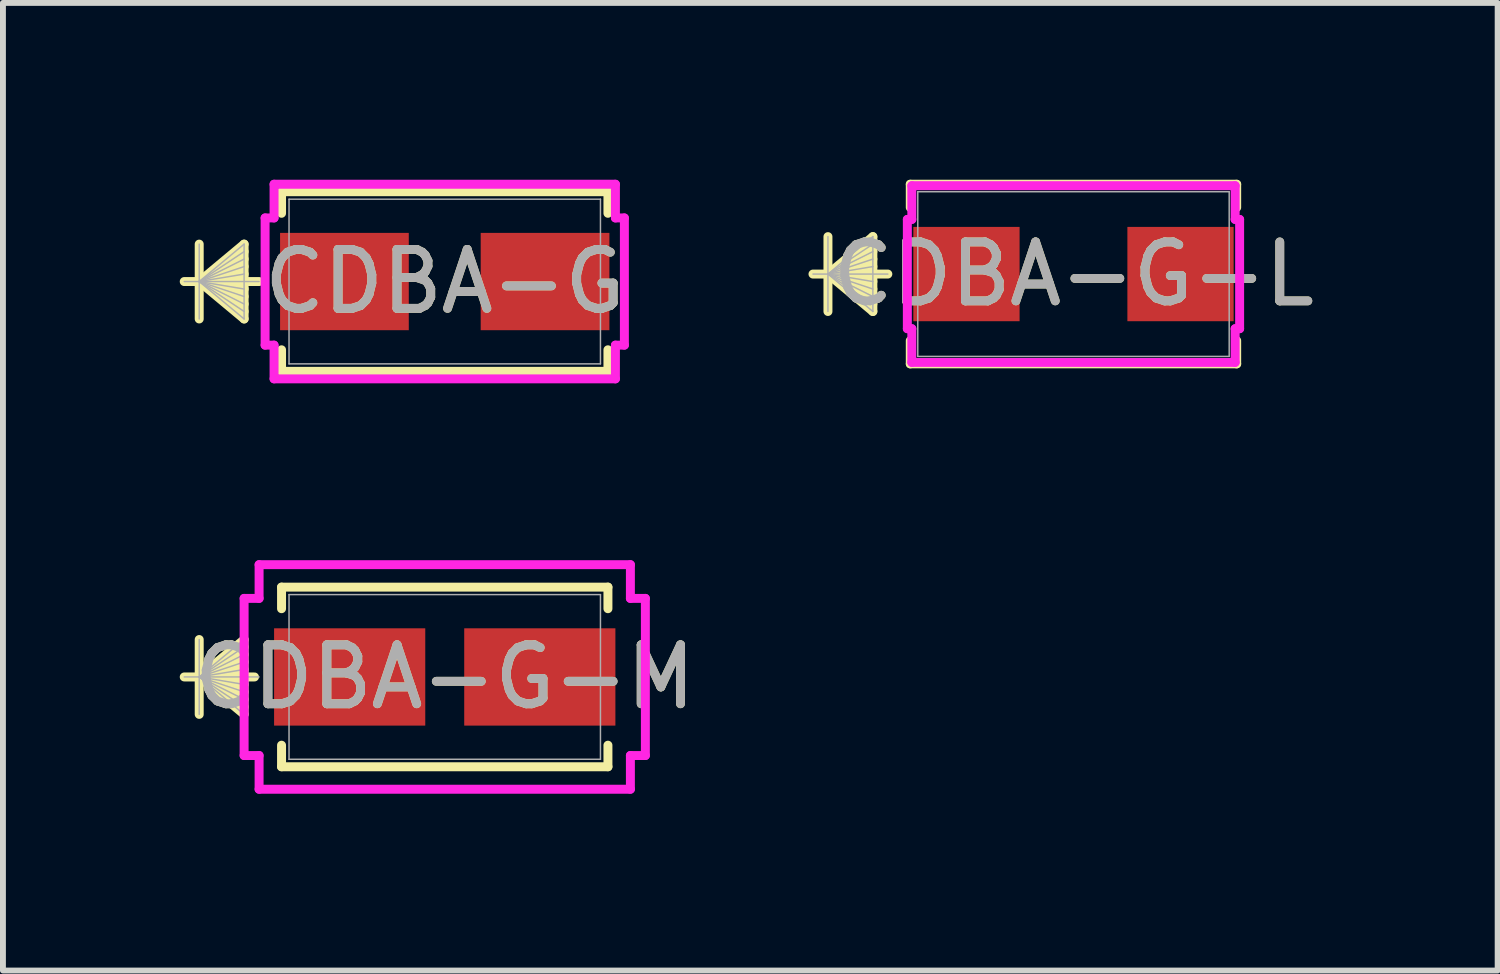
<source format=kicad_pcb>
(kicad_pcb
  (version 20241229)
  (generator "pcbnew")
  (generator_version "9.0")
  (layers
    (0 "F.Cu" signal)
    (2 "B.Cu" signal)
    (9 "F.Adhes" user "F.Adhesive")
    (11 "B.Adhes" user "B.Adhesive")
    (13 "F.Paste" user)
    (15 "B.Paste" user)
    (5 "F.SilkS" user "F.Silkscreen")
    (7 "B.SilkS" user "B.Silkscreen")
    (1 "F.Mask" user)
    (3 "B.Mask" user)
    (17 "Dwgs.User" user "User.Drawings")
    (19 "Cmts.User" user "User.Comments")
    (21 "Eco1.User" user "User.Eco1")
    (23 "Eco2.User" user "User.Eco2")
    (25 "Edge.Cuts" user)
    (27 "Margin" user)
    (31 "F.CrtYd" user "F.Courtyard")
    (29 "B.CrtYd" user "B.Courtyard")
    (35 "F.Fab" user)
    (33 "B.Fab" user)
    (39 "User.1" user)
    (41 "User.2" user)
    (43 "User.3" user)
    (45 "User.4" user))
  (footprint "CDBA-G"
    (layer "F.Cu")
    (at 4.496 1.727)
    (property "Reference" "CDBA-G" (at 0 0 0) (unlocked yes) (layer "F.SilkS") (effects (font (size 1 1) (thickness 0.15))))
    (attr smd)
    (fp_line (start -4.166 -0.635) (end -4.166 0.635) (stroke (width 0.152) (type solid)) (layer "F.SilkS"))
    (fp_line (start -4.166 0) (end -3.404 -0.635) (stroke (width 0.152) (type solid)) (layer "F.SilkS"))
    (fp_line (start -4.166 0) (end -3.404 -0.508) (stroke (width 0.152) (type solid)) (layer "F.SilkS"))
    (fp_line (start -4.166 0) (end -3.404 -0.381) (stroke (width 0.152) (type solid)) (layer "F.SilkS"))
    (fp_line (start -4.166 0) (end -3.404 -0.254) (stroke (width 0.152) (type solid)) (layer "F.SilkS"))
    (fp_line (start -4.166 0) (end -3.404 -0.127) (stroke (width 0.152) (type solid)) (layer "F.SilkS"))
    (fp_line (start -4.166 0) (end -3.404 0.127) (stroke (width 0.152) (type solid)) (layer "F.SilkS"))
    (fp_line (start -4.166 0) (end -3.404 0.254) (stroke (width 0.152) (type solid)) (layer "F.SilkS"))
    (fp_line (start -4.166 0) (end -3.404 0.381) (stroke (width 0.152) (type solid)) (layer "F.SilkS"))
    (fp_line (start -4.166 0) (end -3.404 0.508) (stroke (width 0.152) (type solid)) (layer "F.SilkS"))
    (fp_line (start -4.166 0) (end -3.404 0.635) (stroke (width 0.152) (type solid)) (layer "F.SilkS"))
    (fp_line (start -3.404 -0.635) (end -3.404 0.635) (stroke (width 0.152) (type solid)) (layer "F.SilkS"))
    (fp_line (start -3.15 0) (end -4.42 0) (stroke (width 0.152) (type solid)) (layer "F.SilkS"))
    (fp_line (start -2.769 -1.524) (end -2.769 -1.158) (stroke (width 0.152) (type solid)) (layer "F.SilkS"))
    (fp_line (start -2.769 1.158) (end -2.769 1.524) (stroke (width 0.152) (type solid)) (layer "F.SilkS"))
    (fp_line (start -2.769 1.524) (end 2.769 1.524) (stroke (width 0.152) (type solid)) (layer "F.SilkS"))
    (fp_line (start 2.769 -1.524) (end -2.769 -1.524) (stroke (width 0.152) (type solid)) (layer "F.SilkS"))
    (fp_line (start 2.769 -1.158) (end 2.769 -1.524) (stroke (width 0.152) (type solid)) (layer "F.SilkS"))
    (fp_line (start 2.769 1.524) (end 2.769 1.158) (stroke (width 0.152) (type solid)) (layer "F.SilkS"))
    (fp_line (start -3.048 -1.079) (end -2.896 -1.079) (stroke (width 0.152) (type solid)) (layer "F.CrtYd"))
    (fp_line (start -3.048 1.079) (end -3.048 -1.079) (stroke (width 0.152) (type solid)) (layer "F.CrtYd"))
    (fp_line (start -2.896 -1.651) (end 2.896 -1.651) (stroke (width 0.152) (type solid)) (layer "F.CrtYd"))
    (fp_line (start -2.896 -1.079) (end -2.896 -1.651) (stroke (width 0.152) (type solid)) (layer "F.CrtYd"))
    (fp_line (start -2.896 1.079) (end -3.048 1.079) (stroke (width 0.152) (type solid)) (layer "F.CrtYd"))
    (fp_line (start -2.896 1.651) (end -2.896 1.079) (stroke (width 0.152) (type solid)) (layer "F.CrtYd"))
    (fp_line (start 2.896 -1.651) (end 2.896 -1.079) (stroke (width 0.152) (type solid)) (layer "F.CrtYd"))
    (fp_line (start 2.896 -1.079) (end 3.048 -1.079) (stroke (width 0.152) (type solid)) (layer "F.CrtYd"))
    (fp_line (start 2.896 1.079) (end 2.896 1.651) (stroke (width 0.152) (type solid)) (layer "F.CrtYd"))
    (fp_line (start 2.896 1.651) (end -2.896 1.651) (stroke (width 0.152) (type solid)) (layer "F.CrtYd"))
    (fp_line (start 3.048 -1.079) (end 3.048 1.079) (stroke (width 0.152) (type solid)) (layer "F.CrtYd"))
    (fp_line (start 3.048 1.079) (end 2.896 1.079) (stroke (width 0.152) (type solid)) (layer "F.CrtYd"))
    (fp_line (start -4.166 -0.635) (end -4.166 0.635) (stroke (width 0.025) (type solid)) (layer "F.Fab"))
    (fp_line (start -4.166 0) (end -3.404 -0.635) (stroke (width 0.025) (type solid)) (layer "F.Fab"))
    (fp_line (start -4.166 0) (end -3.404 -0.508) (stroke (width 0.025) (type solid)) (layer "F.Fab"))
    (fp_line (start -4.166 0) (end -3.404 -0.381) (stroke (width 0.025) (type solid)) (layer "F.Fab"))
    (fp_line (start -4.166 0) (end -3.404 -0.254) (stroke (width 0.025) (type solid)) (layer "F.Fab"))
    (fp_line (start -4.166 0) (end -3.404 -0.127) (stroke (width 0.025) (type solid)) (layer "F.Fab"))
    (fp_line (start -4.166 0) (end -3.404 0.127) (stroke (width 0.025) (type solid)) (layer "F.Fab"))
    (fp_line (start -4.166 0) (end -3.404 0.254) (stroke (width 0.025) (type solid)) (layer "F.Fab"))
    (fp_line (start -4.166 0) (end -3.404 0.381) (stroke (width 0.025) (type solid)) (layer "F.Fab"))
    (fp_line (start -4.166 0) (end -3.404 0.508) (stroke (width 0.025) (type solid)) (layer "F.Fab"))
    (fp_line (start -4.166 0) (end -3.404 0.635) (stroke (width 0.025) (type solid)) (layer "F.Fab"))
    (fp_line (start -3.404 -0.635) (end -3.404 0.635) (stroke (width 0.025) (type solid)) (layer "F.Fab"))
    (fp_line (start -3.15 0) (end -4.42 0) (stroke (width 0.025) (type solid)) (layer "F.Fab"))
    (fp_line (start -2.642 -1.397) (end -2.642 1.397) (stroke (width 0.025) (type solid)) (layer "F.Fab"))
    (fp_line (start -2.642 1.397) (end 2.642 1.397) (stroke (width 0.025) (type solid)) (layer "F.Fab"))
    (fp_line (start 2.642 -1.397) (end -2.642 -1.397) (stroke (width 0.025) (type solid)) (layer "F.Fab"))
    (fp_line (start 2.642 1.397) (end 2.642 -1.397) (stroke (width 0.025) (type solid)) (layer "F.Fab"))
    (fp_text user "${REFERENCE}" (at 0 0 0) (unlocked yes) (layer "F.Fab") (effects (font (size 1 1) (thickness 0.15))))
    (pad "1" smd rect (at -1.702 0 90) (size 1.651 2.184) (layers "F.Cu" "F.Mask" "F.Paste"))
    (pad "2" smd rect (at 1.702 0 90) (size 1.651 2.184) (layers "F.Cu" "F.Mask" "F.Paste"))
    (zone (net_name "") (layer "F.Cu") (hatch full 0.508) (connect_pads) (min_thickness 0.254) (filled_areas_thickness no) (keepout (tracks not_allowed) (vias not_allowed) (pads allowed) (copperpour not_allowed) (footprints allowed)) (placement (enabled no)) (fill) (polygon (pts (xy 1.905 0.381) (xy 7.087 0.381) (xy 7.087 0.851) (xy 1.905 0.851))))
    (zone (net_name "") (layer "F.Cu") (hatch full 0.508) (connect_pads) (min_thickness 0.254) (filled_areas_thickness no) (keepout (tracks not_allowed) (vias not_allowed) (pads allowed) (copperpour not_allowed) (footprints allowed)) (placement (enabled no)) (fill) (polygon (pts (xy 1.905 2.603) (xy 7.087 2.603) (xy 7.087 3.073) (xy 1.905 3.073))))
    (zone (net_name "") (layer "F.Cu") (hatch full 0.508) (connect_pads) (min_thickness 0.254) (filled_areas_thickness no) (keepout (tracks not_allowed) (vias not_allowed) (pads allowed) (copperpour not_allowed) (footprints allowed)) (placement (enabled no)) (fill) (polygon (pts (xy 3.937 0.851) (xy 5.055 0.851) (xy 5.055 2.603) (xy 3.937 2.603)))))
  (footprint "CDBA-G-M"
    (layer "F.Cu")
    (at 4.496 8.436)
    (property "Reference" "CDBA-G-M" (at 0 0 0) (unlocked yes) (layer "F.SilkS") (effects (font (size 1 1) (thickness 0.15))))
    (attr smd)
    (fp_line (start -4.166 -0.635) (end -4.166 0.635) (stroke (width 0.152) (type solid)) (layer "F.SilkS"))
    (fp_line (start -4.166 0) (end -3.404 -0.635) (stroke (width 0.152) (type solid)) (layer "F.SilkS"))
    (fp_line (start -4.166 0) (end -3.404 -0.508) (stroke (width 0.152) (type solid)) (layer "F.SilkS"))
    (fp_line (start -4.166 0) (end -3.404 -0.381) (stroke (width 0.152) (type solid)) (layer "F.SilkS"))
    (fp_line (start -4.166 0) (end -3.404 -0.254) (stroke (width 0.152) (type solid)) (layer "F.SilkS"))
    (fp_line (start -4.166 0) (end -3.404 -0.127) (stroke (width 0.152) (type solid)) (layer "F.SilkS"))
    (fp_line (start -4.166 0) (end -3.404 0.127) (stroke (width 0.152) (type solid)) (layer "F.SilkS"))
    (fp_line (start -4.166 0) (end -3.404 0.254) (stroke (width 0.152) (type solid)) (layer "F.SilkS"))
    (fp_line (start -4.166 0) (end -3.404 0.381) (stroke (width 0.152) (type solid)) (layer "F.SilkS"))
    (fp_line (start -4.166 0) (end -3.404 0.508) (stroke (width 0.152) (type solid)) (layer "F.SilkS"))
    (fp_line (start -4.166 0) (end -3.404 0.635) (stroke (width 0.152) (type solid)) (layer "F.SilkS"))
    (fp_line (start -3.404 -0.635) (end -3.404 0.635) (stroke (width 0.152) (type solid)) (layer "F.SilkS"))
    (fp_line (start -3.228 0) (end -4.42 0) (stroke (width 0.152) (type solid)) (layer "F.SilkS"))
    (fp_line (start -2.769 -1.524) (end -2.769 -1.158) (stroke (width 0.152) (type solid)) (layer "F.SilkS"))
    (fp_line (start -2.769 1.158) (end -2.769 1.524) (stroke (width 0.152) (type solid)) (layer "F.SilkS"))
    (fp_line (start -2.769 1.524) (end 2.769 1.524) (stroke (width 0.152) (type solid)) (layer "F.SilkS"))
    (fp_line (start 2.769 -1.524) (end -2.769 -1.524) (stroke (width 0.152) (type solid)) (layer "F.SilkS"))
    (fp_line (start 2.769 -1.158) (end 2.769 -1.524) (stroke (width 0.152) (type solid)) (layer "F.SilkS"))
    (fp_line (start 2.769 1.524) (end 2.769 1.158) (stroke (width 0.152) (type solid)) (layer "F.SilkS"))
    (fp_line (start -3.404 -1.333) (end -3.15 -1.333) (stroke (width 0.152) (type solid)) (layer "F.CrtYd"))
    (fp_line (start -3.404 1.333) (end -3.404 -1.333) (stroke (width 0.152) (type solid)) (layer "F.CrtYd"))
    (fp_line (start -3.15 -1.905) (end 3.15 -1.905) (stroke (width 0.152) (type solid)) (layer "F.CrtYd"))
    (fp_line (start -3.15 -1.333) (end -3.15 -1.905) (stroke (width 0.152) (type solid)) (layer "F.CrtYd"))
    (fp_line (start -3.15 1.333) (end -3.404 1.333) (stroke (width 0.152) (type solid)) (layer "F.CrtYd"))
    (fp_line (start -3.15 1.905) (end -3.15 1.333) (stroke (width 0.152) (type solid)) (layer "F.CrtYd"))
    (fp_line (start 3.15 -1.905) (end 3.15 -1.333) (stroke (width 0.152) (type solid)) (layer "F.CrtYd"))
    (fp_line (start 3.15 -1.333) (end 3.404 -1.333) (stroke (width 0.152) (type solid)) (layer "F.CrtYd"))
    (fp_line (start 3.15 1.333) (end 3.15 1.905) (stroke (width 0.152) (type solid)) (layer "F.CrtYd"))
    (fp_line (start 3.15 1.905) (end -3.15 1.905) (stroke (width 0.152) (type solid)) (layer "F.CrtYd"))
    (fp_line (start 3.404 -1.333) (end 3.404 1.333) (stroke (width 0.152) (type solid)) (layer "F.CrtYd"))
    (fp_line (start 3.404 1.333) (end 3.15 1.333) (stroke (width 0.152) (type solid)) (layer "F.CrtYd"))
    (fp_line (start -4.166 -0.635) (end -4.166 0.635) (stroke (width 0.025) (type solid)) (layer "F.Fab"))
    (fp_line (start -4.166 0) (end -3.404 -0.635) (stroke (width 0.025) (type solid)) (layer "F.Fab"))
    (fp_line (start -4.166 0) (end -3.404 -0.508) (stroke (width 0.025) (type solid)) (layer "F.Fab"))
    (fp_line (start -4.166 0) (end -3.404 -0.381) (stroke (width 0.025) (type solid)) (layer "F.Fab"))
    (fp_line (start -4.166 0) (end -3.404 -0.254) (stroke (width 0.025) (type solid)) (layer "F.Fab"))
    (fp_line (start -4.166 0) (end -3.404 -0.127) (stroke (width 0.025) (type solid)) (layer "F.Fab"))
    (fp_line (start -4.166 0) (end -3.404 0.127) (stroke (width 0.025) (type solid)) (layer "F.Fab"))
    (fp_line (start -4.166 0) (end -3.404 0.254) (stroke (width 0.025) (type solid)) (layer "F.Fab"))
    (fp_line (start -4.166 0) (end -3.404 0.381) (stroke (width 0.025) (type solid)) (layer "F.Fab"))
    (fp_line (start -4.166 0) (end -3.404 0.508) (stroke (width 0.025) (type solid)) (layer "F.Fab"))
    (fp_line (start -4.166 0) (end -3.404 0.635) (stroke (width 0.025) (type solid)) (layer "F.Fab"))
    (fp_line (start -3.404 -0.635) (end -3.404 0.635) (stroke (width 0.025) (type solid)) (layer "F.Fab"))
    (fp_line (start -3.15 0) (end -4.42 0) (stroke (width 0.025) (type solid)) (layer "F.Fab"))
    (fp_line (start -2.642 -1.397) (end -2.642 1.397) (stroke (width 0.025) (type solid)) (layer "F.Fab"))
    (fp_line (start -2.642 1.397) (end 2.642 1.397) (stroke (width 0.025) (type solid)) (layer "F.Fab"))
    (fp_line (start 2.642 -1.397) (end -2.642 -1.397) (stroke (width 0.025) (type solid)) (layer "F.Fab"))
    (fp_line (start 2.642 1.397) (end 2.642 -1.397) (stroke (width 0.025) (type solid)) (layer "F.Fab"))
    (fp_text user "${REFERENCE}" (at 0 0 0) (unlocked yes) (layer "F.Fab") (effects (font (size 1 1) (thickness 0.15))))
    (pad "1" smd rect (at -1.613 0 90) (size 1.651 2.565) (layers "F.Cu" "F.Mask" "F.Paste"))
    (pad "2" smd rect (at 1.613 0 90) (size 1.651 2.565) (layers "F.Cu" "F.Mask" "F.Paste"))
    (zone (net_name "") (layer "F.Cu") (hatch full 0.508) (connect_pads) (min_thickness 0.254) (filled_areas_thickness no) (keepout (tracks not_allowed) (vias not_allowed) (pads allowed) (copperpour not_allowed) (footprints allowed)) (placement (enabled no)) (fill) (polygon (pts (xy 1.905 7.089) (xy 7.087 7.089) (xy 7.087 7.559) (xy 1.905 7.559))))
    (zone (net_name "") (layer "F.Cu") (hatch full 0.508) (connect_pads) (min_thickness 0.254) (filled_areas_thickness no) (keepout (tracks not_allowed) (vias not_allowed) (pads allowed) (copperpour not_allowed) (footprints allowed)) (placement (enabled no)) (fill) (polygon (pts (xy 1.905 9.312) (xy 7.087 9.312) (xy 7.087 9.782) (xy 1.905 9.782))))
    (zone (net_name "") (layer "F.Cu") (hatch full 0.508) (connect_pads) (min_thickness 0.254) (filled_areas_thickness no) (keepout (tracks not_allowed) (vias not_allowed) (pads allowed) (copperpour not_allowed) (footprints allowed)) (placement (enabled no)) (fill) (polygon (pts (xy 4.216 7.559) (xy 4.775 7.559) (xy 4.775 9.312) (xy 4.216 9.312)))))
  (footprint "CDBA-G-L"
    (layer "F.Cu")
    (at 15.164 1.6)
    (property "Reference" "CDBA-G-L" (at 0 0 0) (unlocked yes) (layer "F.SilkS") (effects (font (size 1 1) (thickness 0.15))))
    (attr smd)
    (fp_line (start -4.166 -0.635) (end -4.166 0.635) (stroke (width 0.152) (type solid)) (layer "F.SilkS"))
    (fp_line (start -4.166 0) (end -3.404 -0.635) (stroke (width 0.152) (type solid)) (layer "F.SilkS"))
    (fp_line (start -4.166 0) (end -3.404 -0.508) (stroke (width 0.152) (type solid)) (layer "F.SilkS"))
    (fp_line (start -4.166 0) (end -3.404 -0.381) (stroke (width 0.152) (type solid)) (layer "F.SilkS"))
    (fp_line (start -4.166 0) (end -3.404 -0.254) (stroke (width 0.152) (type solid)) (layer "F.SilkS"))
    (fp_line (start -4.166 0) (end -3.404 -0.127) (stroke (width 0.152) (type solid)) (layer "F.SilkS"))
    (fp_line (start -4.166 0) (end -3.404 0.127) (stroke (width 0.152) (type solid)) (layer "F.SilkS"))
    (fp_line (start -4.166 0) (end -3.404 0.254) (stroke (width 0.152) (type solid)) (layer "F.SilkS"))
    (fp_line (start -4.166 0) (end -3.404 0.381) (stroke (width 0.152) (type solid)) (layer "F.SilkS"))
    (fp_line (start -4.166 0) (end -3.404 0.508) (stroke (width 0.152) (type solid)) (layer "F.SilkS"))
    (fp_line (start -4.166 0) (end -3.404 0.635) (stroke (width 0.152) (type solid)) (layer "F.SilkS"))
    (fp_line (start -3.404 -0.635) (end -3.404 0.635) (stroke (width 0.152) (type solid)) (layer "F.SilkS"))
    (fp_line (start -3.15 0) (end -4.42 0) (stroke (width 0.152) (type solid)) (layer "F.SilkS"))
    (fp_line (start -2.769 -1.524) (end -2.769 -1.129) (stroke (width 0.152) (type solid)) (layer "F.SilkS"))
    (fp_line (start -2.769 1.129) (end -2.769 1.524) (stroke (width 0.152) (type solid)) (layer "F.SilkS"))
    (fp_line (start -2.769 1.524) (end 2.769 1.524) (stroke (width 0.152) (type solid)) (layer "F.SilkS"))
    (fp_line (start 2.769 -1.524) (end -2.769 -1.524) (stroke (width 0.152) (type solid)) (layer "F.SilkS"))
    (fp_line (start 2.769 -1.129) (end 2.769 -1.524) (stroke (width 0.152) (type solid)) (layer "F.SilkS"))
    (fp_line (start 2.769 1.524) (end 2.769 1.129) (stroke (width 0.152) (type solid)) (layer "F.SilkS"))
    (fp_line (start -2.819 -0.927) (end -2.743 -0.927) (stroke (width 0.152) (type solid)) (layer "F.CrtYd"))
    (fp_line (start -2.819 0.927) (end -2.819 -0.927) (stroke (width 0.152) (type solid)) (layer "F.CrtYd"))
    (fp_line (start -2.743 -1.499) (end 2.743 -1.499) (stroke (width 0.152) (type solid)) (layer "F.CrtYd"))
    (fp_line (start -2.743 -0.927) (end -2.743 -1.499) (stroke (width 0.152) (type solid)) (layer "F.CrtYd"))
    (fp_line (start -2.743 0.927) (end -2.819 0.927) (stroke (width 0.152) (type solid)) (layer "F.CrtYd"))
    (fp_line (start -2.743 1.499) (end -2.743 0.927) (stroke (width 0.152) (type solid)) (layer "F.CrtYd"))
    (fp_line (start 2.743 -1.499) (end 2.743 -0.927) (stroke (width 0.152) (type solid)) (layer "F.CrtYd"))
    (fp_line (start 2.743 -0.927) (end 2.819 -0.927) (stroke (width 0.152) (type solid)) (layer "F.CrtYd"))
    (fp_line (start 2.743 0.927) (end 2.743 1.499) (stroke (width 0.152) (type solid)) (layer "F.CrtYd"))
    (fp_line (start 2.743 1.499) (end -2.743 1.499) (stroke (width 0.152) (type solid)) (layer "F.CrtYd"))
    (fp_line (start 2.819 -0.927) (end 2.819 0.927) (stroke (width 0.152) (type solid)) (layer "F.CrtYd"))
    (fp_line (start 2.819 0.927) (end 2.743 0.927) (stroke (width 0.152) (type solid)) (layer "F.CrtYd"))
    (fp_line (start -4.166 -0.635) (end -4.166 0.635) (stroke (width 0.025) (type solid)) (layer "F.Fab"))
    (fp_line (start -4.166 0) (end -3.404 -0.635) (stroke (width 0.025) (type solid)) (layer "F.Fab"))
    (fp_line (start -4.166 0) (end -3.404 -0.508) (stroke (width 0.025) (type solid)) (layer "F.Fab"))
    (fp_line (start -4.166 0) (end -3.404 -0.381) (stroke (width 0.025) (type solid)) (layer "F.Fab"))
    (fp_line (start -4.166 0) (end -3.404 -0.254) (stroke (width 0.025) (type solid)) (layer "F.Fab"))
    (fp_line (start -4.166 0) (end -3.404 -0.127) (stroke (width 0.025) (type solid)) (layer "F.Fab"))
    (fp_line (start -4.166 0) (end -3.404 0.127) (stroke (width 0.025) (type solid)) (layer "F.Fab"))
    (fp_line (start -4.166 0) (end -3.404 0.254) (stroke (width 0.025) (type solid)) (layer "F.Fab"))
    (fp_line (start -4.166 0) (end -3.404 0.381) (stroke (width 0.025) (type solid)) (layer "F.Fab"))
    (fp_line (start -4.166 0) (end -3.404 0.508) (stroke (width 0.025) (type solid)) (layer "F.Fab"))
    (fp_line (start -4.166 0) (end -3.404 0.635) (stroke (width 0.025) (type solid)) (layer "F.Fab"))
    (fp_line (start -3.404 -0.635) (end -3.404 0.635) (stroke (width 0.025) (type solid)) (layer "F.Fab"))
    (fp_line (start -3.15 0) (end -4.42 0) (stroke (width 0.025) (type solid)) (layer "F.Fab"))
    (fp_line (start -2.642 -1.397) (end -2.642 1.397) (stroke (width 0.025) (type solid)) (layer "F.Fab"))
    (fp_line (start -2.642 1.397) (end 2.642 1.397) (stroke (width 0.025) (type solid)) (layer "F.Fab"))
    (fp_line (start 2.642 -1.397) (end -2.642 -1.397) (stroke (width 0.025) (type solid)) (layer "F.Fab"))
    (fp_line (start 2.642 1.397) (end 2.642 -1.397) (stroke (width 0.025) (type solid)) (layer "F.Fab"))
    (fp_text user "${REFERENCE}" (at 0 0 0) (unlocked yes) (layer "F.Fab") (effects (font (size 1 1) (thickness 0.15))))
    (pad "1" smd rect (at -1.816 0 90) (size 1.6 1.803) (layers "F.Cu" "F.Mask" "F.Paste"))
    (pad "2" smd rect (at 1.816 0 90) (size 1.6 1.803) (layers "F.Cu" "F.Mask" "F.Paste"))
    (zone (net_name "") (layer "F.Cu") (hatch full 0.508) (connect_pads) (min_thickness 0.254) (filled_areas_thickness no) (keepout (tracks not_allowed) (vias not_allowed) (pads allowed) (copperpour not_allowed) (footprints allowed)) (placement (enabled no)) (fill) (polygon (pts (xy 12.573 0.254) (xy 17.755 0.254) (xy 17.755 0.724) (xy 12.573 0.724))))
    (zone (net_name "") (layer "F.Cu") (hatch full 0.508) (connect_pads) (min_thickness 0.254) (filled_areas_thickness no) (keepout (tracks not_allowed) (vias not_allowed) (pads allowed) (copperpour not_allowed) (footprints allowed)) (placement (enabled no)) (fill) (polygon (pts (xy 12.573 2.477) (xy 17.755 2.477) (xy 17.755 2.946) (xy 12.573 2.946))))
    (zone (net_name "") (layer "F.Cu") (hatch full 0.508) (connect_pads) (min_thickness 0.254) (filled_areas_thickness no) (keepout (tracks not_allowed) (vias not_allowed) (pads allowed) (copperpour not_allowed) (footprints allowed)) (placement (enabled no)) (fill) (polygon (pts (xy 14.301 0.724) (xy 16.028 0.724) (xy 16.028 2.477) (xy 14.301 2.477)))))
  (gr_rect
    (start -3 -3)
    (end 22.361 13.417)
    (stroke (width 0.1) (type default))
    (fill no)
    (layer "Edge.Cuts")))
</source>
